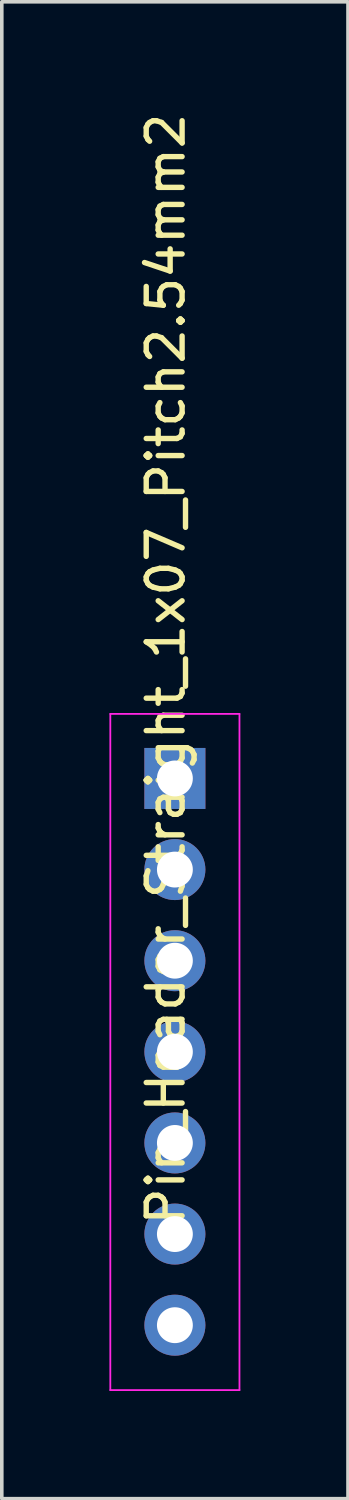
<source format=kicad_pcb>
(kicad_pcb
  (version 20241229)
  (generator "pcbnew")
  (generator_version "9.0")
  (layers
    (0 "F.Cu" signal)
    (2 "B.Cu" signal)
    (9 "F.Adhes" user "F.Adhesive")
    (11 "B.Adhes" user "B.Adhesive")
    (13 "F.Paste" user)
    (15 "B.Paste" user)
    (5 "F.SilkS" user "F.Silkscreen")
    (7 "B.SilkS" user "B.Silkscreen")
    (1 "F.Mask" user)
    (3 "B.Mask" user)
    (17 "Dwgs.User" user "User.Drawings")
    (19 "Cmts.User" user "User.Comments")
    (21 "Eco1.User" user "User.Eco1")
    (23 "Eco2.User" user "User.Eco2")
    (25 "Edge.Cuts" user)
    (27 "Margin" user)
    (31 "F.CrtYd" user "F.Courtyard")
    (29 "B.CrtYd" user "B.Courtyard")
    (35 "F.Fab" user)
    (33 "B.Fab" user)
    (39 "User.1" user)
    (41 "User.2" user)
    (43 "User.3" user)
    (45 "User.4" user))
  (footprint "Pin_Header_Straight_1x07_Pitch2.54mm2"
    (layer "F.Cu")
    (at 1.825 18.649)
    (property "Reference" "Pin_Header_Straight_1x07_Pitch2.54mm2" (at -0.254 -3.048 90) (layer "F.SilkS") (effects (font (size 1 1) (thickness 0.15))))
    (attr through_hole)
    (fp_line (start -1.8 -1.8) (end -1.8 17.05) (stroke (width 0.05) (type solid)) (layer "F.CrtYd"))
    (fp_line (start -1.8 17.05) (end 1.8 17.05) (stroke (width 0.05) (type solid)) (layer "F.CrtYd"))
    (fp_line (start 1.8 -1.8) (end -1.8 -1.8) (stroke (width 0.05) (type solid)) (layer "F.CrtYd"))
    (fp_line (start 1.8 17.05) (end 1.8 -1.8) (stroke (width 0.05) (type solid)) (layer "F.CrtYd"))
    (pad "1" thru_hole rect (at 0 0) (size 1.7 1.7) (drill 1) (layers "*.Cu" "*.Mask"))
    (pad "2" thru_hole oval (at 0 2.54) (size 1.7 1.7) (drill 1) (layers "*.Cu" "*.Mask"))
    (pad "3" thru_hole oval (at 0 5.08) (size 1.7 1.7) (drill 1) (layers "*.Cu" "*.Mask"))
    (pad "4" thru_hole oval (at 0 7.62) (size 1.7 1.7) (drill 1) (layers "*.Cu" "*.Mask"))
    (pad "5" thru_hole oval (at 0 10.16) (size 1.7 1.7) (drill 1) (layers "*.Cu" "*.Mask"))
    (pad "6" thru_hole oval (at 0 12.7) (size 1.7 1.7) (drill 1) (layers "*.Cu" "*.Mask"))
    (pad "7" thru_hole oval (at 0 15.24) (size 1.7 1.7) (drill 1) (layers "*.Cu" "*.Mask")))
  (gr_rect
    (start -3 -3)
    (end 6.65 38.724)
    (stroke (width 0.1) (type default))
    (fill no)
    (layer "Edge.Cuts")))
</source>
